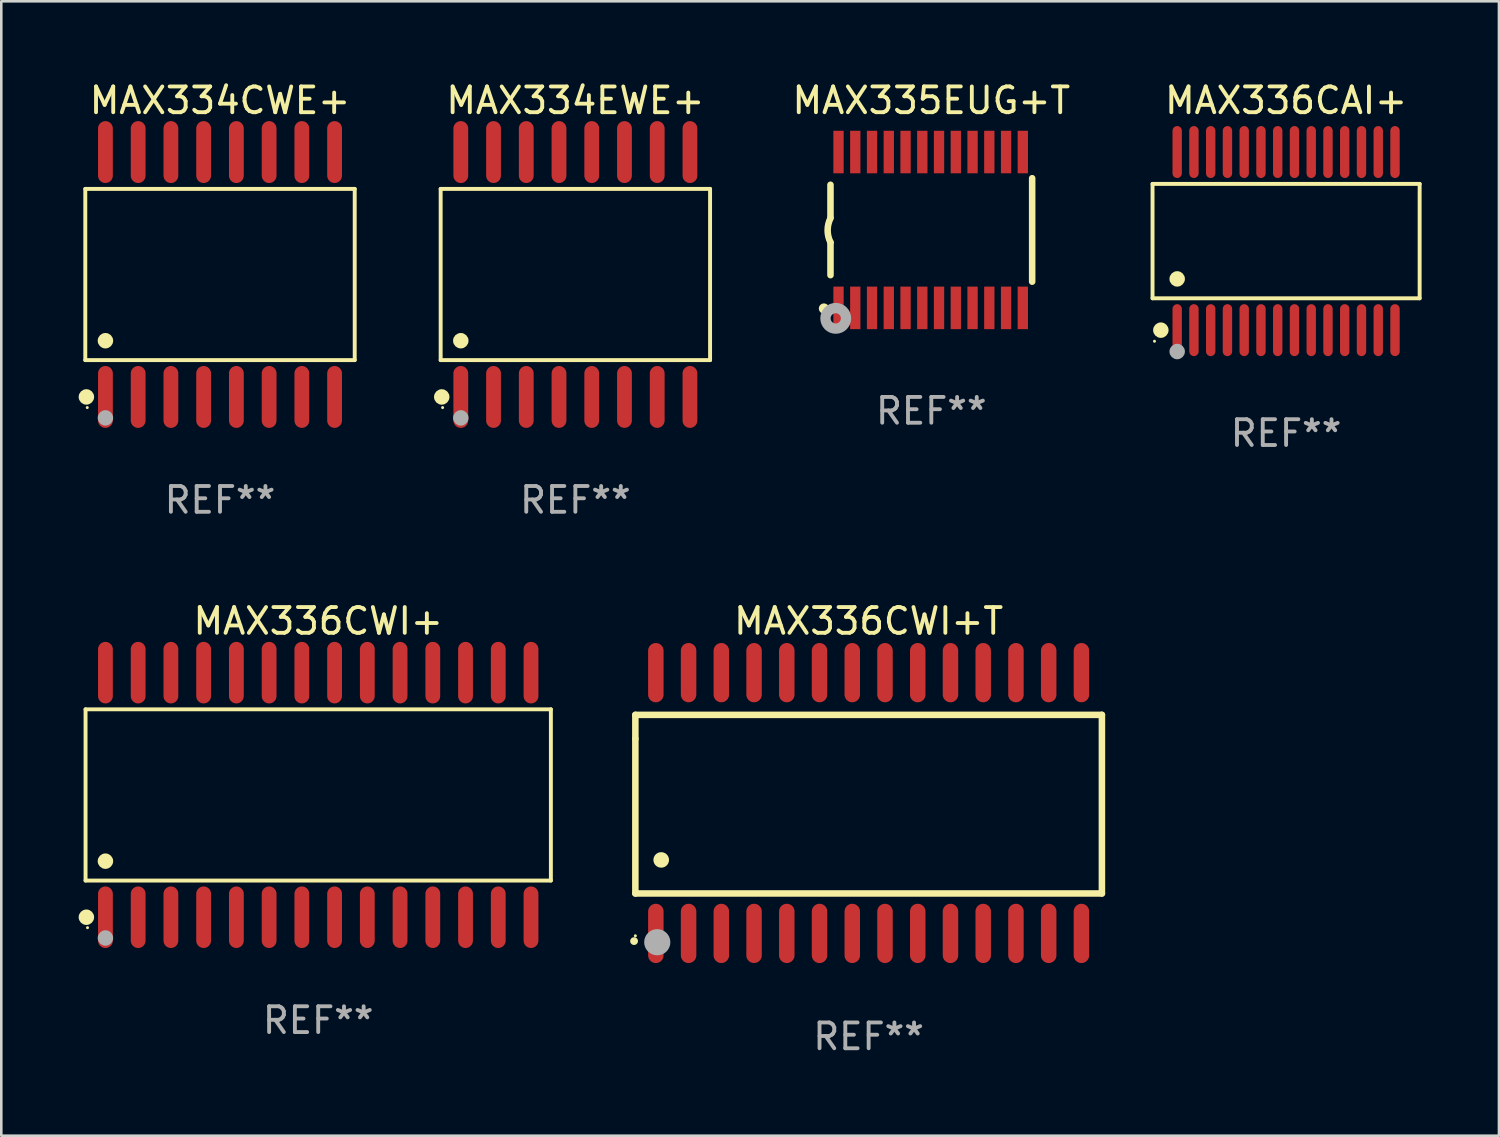
<source format=kicad_pcb>
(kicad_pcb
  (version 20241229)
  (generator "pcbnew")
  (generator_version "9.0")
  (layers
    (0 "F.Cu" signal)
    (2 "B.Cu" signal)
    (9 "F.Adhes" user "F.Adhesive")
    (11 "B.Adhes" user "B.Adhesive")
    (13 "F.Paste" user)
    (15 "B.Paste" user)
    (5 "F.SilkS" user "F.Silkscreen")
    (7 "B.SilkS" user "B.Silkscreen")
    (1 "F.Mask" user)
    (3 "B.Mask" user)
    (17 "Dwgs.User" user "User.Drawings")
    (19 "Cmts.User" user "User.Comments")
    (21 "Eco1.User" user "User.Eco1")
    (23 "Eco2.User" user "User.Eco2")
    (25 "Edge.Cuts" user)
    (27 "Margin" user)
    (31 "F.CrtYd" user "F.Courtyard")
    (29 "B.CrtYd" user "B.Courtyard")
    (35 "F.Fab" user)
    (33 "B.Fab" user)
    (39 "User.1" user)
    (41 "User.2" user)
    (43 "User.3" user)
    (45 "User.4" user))
  (footprint "MAX336CWI+"
    (layer "F.Cu")
    (at 9.295 27.789)
    (property "Reference" "MAX336CWI+" (at 0 -6.744 0) (layer "F.SilkS") (effects (font (size 1 1) (thickness 0.15))))
    (attr through_hole)
    (fp_line (start -9.026 -3.321) (end 9.026 -3.321) (stroke (width 0.152) (type solid)) (layer "F.SilkS"))
    (fp_line (start -9.026 3.321) (end -9.026 -3.321) (stroke (width 0.152) (type solid)) (layer "F.SilkS"))
    (fp_line (start 9.026 -3.321) (end 9.026 3.321) (stroke (width 0.152) (type solid)) (layer "F.SilkS"))
    (fp_line (start 9.026 3.321) (end -9.026 3.321) (stroke (width 0.152) (type solid)) (layer "F.SilkS"))
    (fp_circle (center -8.994 4.744) (end -8.844 4.744) (stroke (width 0.3) (type solid)) (fill no) (layer "F.SilkS"))
    (fp_circle (center -8.95 5.15) (end -8.92 5.15) (stroke (width 0.06) (type solid)) (fill no) (layer "F.SilkS"))
    (fp_circle (center -8.255 2.569) (end -8.105 2.569) (stroke (width 0.3) (type solid)) (fill no) (layer "F.SilkS"))
    (fp_circle (center -8.255 5.55) (end -8.105 5.55) (stroke (width 0.3) (type solid)) (fill no) (layer "F.Fab"))
    (fp_text user "REF**" (at 0 8.744 0) (layer "F.Fab") (effects (font (size 1 1) (thickness 0.15))))
    (pad "1" smd oval (at -8.255 4.744) (size 0.574 2.388) (layers "F.Cu" "F.Mask" "F.Paste"))
    (pad "2" smd oval (at -6.985 4.744) (size 0.574 2.388) (layers "F.Cu" "F.Mask" "F.Paste"))
    (pad "3" smd oval (at -5.715 4.744) (size 0.574 2.388) (layers "F.Cu" "F.Mask" "F.Paste"))
    (pad "4" smd oval (at -4.445 4.744) (size 0.574 2.388) (layers "F.Cu" "F.Mask" "F.Paste"))
    (pad "5" smd oval (at -3.175 4.744) (size 0.574 2.388) (layers "F.Cu" "F.Mask" "F.Paste"))
    (pad "6" smd oval (at -1.905 4.744) (size 0.574 2.388) (layers "F.Cu" "F.Mask" "F.Paste"))
    (pad "7" smd oval (at -0.635 4.744) (size 0.574 2.388) (layers "F.Cu" "F.Mask" "F.Paste"))
    (pad "8" smd oval (at 0.635 4.744) (size 0.574 2.388) (layers "F.Cu" "F.Mask" "F.Paste"))
    (pad "9" smd oval (at 1.905 4.744) (size 0.574 2.388) (layers "F.Cu" "F.Mask" "F.Paste"))
    (pad "10" smd oval (at 3.175 4.744) (size 0.574 2.388) (layers "F.Cu" "F.Mask" "F.Paste"))
    (pad "11" smd oval (at 4.445 4.744) (size 0.574 2.388) (layers "F.Cu" "F.Mask" "F.Paste"))
    (pad "12" smd oval (at 5.715 4.744) (size 0.574 2.388) (layers "F.Cu" "F.Mask" "F.Paste"))
    (pad "13" smd oval (at 6.985 4.744) (size 0.574 2.388) (layers "F.Cu" "F.Mask" "F.Paste"))
    (pad "14" smd oval (at 8.255 4.744) (size 0.574 2.388) (layers "F.Cu" "F.Mask" "F.Paste"))
    (pad "15" smd oval (at 8.255 -4.744) (size 0.574 2.388) (layers "F.Cu" "F.Mask" "F.Paste"))
    (pad "16" smd oval (at 6.985 -4.744) (size 0.574 2.388) (layers "F.Cu" "F.Mask" "F.Paste"))
    (pad "17" smd oval (at 5.715 -4.744) (size 0.574 2.388) (layers "F.Cu" "F.Mask" "F.Paste"))
    (pad "18" smd oval (at 4.445 -4.744) (size 0.574 2.388) (layers "F.Cu" "F.Mask" "F.Paste"))
    (pad "19" smd oval (at 3.175 -4.744) (size 0.574 2.388) (layers "F.Cu" "F.Mask" "F.Paste"))
    (pad "20" smd oval (at 1.905 -4.744) (size 0.574 2.388) (layers "F.Cu" "F.Mask" "F.Paste"))
    (pad "21" smd oval (at 0.635 -4.744) (size 0.574 2.388) (layers "F.Cu" "F.Mask" "F.Paste"))
    (pad "22" smd oval (at -0.635 -4.744) (size 0.574 2.388) (layers "F.Cu" "F.Mask" "F.Paste"))
    (pad "23" smd oval (at -1.905 -4.744) (size 0.574 2.388) (layers "F.Cu" "F.Mask" "F.Paste"))
    (pad "24" smd oval (at -3.175 -4.744) (size 0.574 2.388) (layers "F.Cu" "F.Mask" "F.Paste"))
    (pad "25" smd oval (at -4.445 -4.744) (size 0.574 2.388) (layers "F.Cu" "F.Mask" "F.Paste"))
    (pad "26" smd oval (at -5.715 -4.744) (size 0.574 2.388) (layers "F.Cu" "F.Mask" "F.Paste"))
    (pad "27" smd oval (at -6.985 -4.744) (size 0.574 2.388) (layers "F.Cu" "F.Mask" "F.Paste"))
    (pad "28" smd oval (at -8.255 -4.744) (size 0.574 2.388) (layers "F.Cu" "F.Mask" "F.Paste")))
  (footprint "MAX335EUG+T"
    (layer "F.Cu")
    (at 33.08 5.871)
    (property "Reference" "MAX335EUG+T" (at 0 -5.023 0) (layer "F.SilkS") (effects (font (size 1 1) (thickness 0.15))))
    (attr through_hole)
    (fp_line (start -3.912 -0.483) (end -3.912 -1.753) (stroke (width 0.254) (type solid)) (layer "F.SilkS"))
    (fp_line (start -3.912 1.753) (end -3.912 0.483) (stroke (width 0.254) (type solid)) (layer "F.SilkS"))
    (fp_line (start 3.912 -2.007) (end 3.912 2.007) (stroke (width 0.254) (type solid)) (layer "F.SilkS"))
    (fp_arc (start -3.911608 0.482601) (mid -4.022537 0.0127) (end -3.911608 -0.457201) (stroke (width 0.254001) (type solid)) (layer "F.SilkS"))
    (fp_circle (center -4.166 3.048) (end -4.066 3.048) (stroke (width 0.2) (type solid)) (fill no) (layer "F.SilkS"))
    (fp_circle (center -3.925 3.186) (end -3.895 3.186) (stroke (width 0.06) (type solid)) (fill no) (layer "F.SilkS"))
    (fp_circle (center -3.708 3.429) (end -3.509 3.429) (stroke (width 0.4) (type solid)) (fill no) (layer "F.Fab"))
    (fp_text user "REF**" (at 0 7.023 0) (layer "F.Fab") (effects (font (size 1 1) (thickness 0.15))))
    (pad "1" smd rect (at -3.6 3.023) (size 0.4 1.65) (layers "F.Cu" "F.Mask" "F.Paste"))
    (pad "2" smd rect (at -2.95 3.023) (size 0.4 1.65) (layers "F.Cu" "F.Mask" "F.Paste"))
    (pad "3" smd rect (at -2.3 3.023) (size 0.4 1.65) (layers "F.Cu" "F.Mask" "F.Paste"))
    (pad "4" smd rect (at -1.65 3.023) (size 0.4 1.65) (layers "F.Cu" "F.Mask" "F.Paste"))
    (pad "5" smd rect (at -1 3.023) (size 0.4 1.65) (layers "F.Cu" "F.Mask" "F.Paste"))
    (pad "6" smd rect (at -0.35 3.023) (size 0.4 1.65) (layers "F.Cu" "F.Mask" "F.Paste"))
    (pad "7" smd rect (at 0.299 3.023) (size 0.4 1.65) (layers "F.Cu" "F.Mask" "F.Paste"))
    (pad "8" smd rect (at 0.95 3.023) (size 0.4 1.65) (layers "F.Cu" "F.Mask" "F.Paste"))
    (pad "9" smd rect (at 1.6 3.023) (size 0.4 1.65) (layers "F.Cu" "F.Mask" "F.Paste"))
    (pad "10" smd rect (at 2.25 3.023) (size 0.4 1.65) (layers "F.Cu" "F.Mask" "F.Paste"))
    (pad "11" smd rect (at 2.9 3.023) (size 0.4 1.65) (layers "F.Cu" "F.Mask" "F.Paste"))
    (pad "12" smd rect (at 3.549 3.023) (size 0.4 1.65) (layers "F.Cu" "F.Mask" "F.Paste"))
    (pad "13" smd rect (at 3.549 -3.023) (size 0.4 1.65) (layers "F.Cu" "F.Mask" "F.Paste"))
    (pad "14" smd rect (at 2.9 -3.023) (size 0.4 1.65) (layers "F.Cu" "F.Mask" "F.Paste"))
    (pad "15" smd rect (at 2.25 -3.023) (size 0.4 1.65) (layers "F.Cu" "F.Mask" "F.Paste"))
    (pad "16" smd rect (at 1.6 -3.023) (size 0.4 1.65) (layers "F.Cu" "F.Mask" "F.Paste"))
    (pad "17" smd rect (at 0.95 -3.023) (size 0.4 1.65) (layers "F.Cu" "F.Mask" "F.Paste"))
    (pad "18" smd rect (at 0.299 -3.023) (size 0.4 1.65) (layers "F.Cu" "F.Mask" "F.Paste"))
    (pad "19" smd rect (at -0.35 -3.023) (size 0.4 1.65) (layers "F.Cu" "F.Mask" "F.Paste"))
    (pad "20" smd rect (at -1 -3.023) (size 0.4 1.65) (layers "F.Cu" "F.Mask" "F.Paste"))
    (pad "21" smd rect (at -1.65 -3.023) (size 0.4 1.65) (layers "F.Cu" "F.Mask" "F.Paste"))
    (pad "22" smd rect (at -2.3 -3.023) (size 0.4 1.65) (layers "F.Cu" "F.Mask" "F.Paste"))
    (pad "23" smd rect (at -2.95 -3.023) (size 0.4 1.65) (layers "F.Cu" "F.Mask" "F.Paste"))
    (pad "24" smd rect (at -3.6 -3.023) (size 0.4 1.65) (layers "F.Cu" "F.Mask" "F.Paste")))
  (footprint "MAX336CWI+T"
    (layer "F.Cu")
    (at 30.648 28.103)
    (property "Reference" "MAX336CWI+T" (at 0 -7.058 0) (layer "F.SilkS") (effects (font (size 1 1) (thickness 0.15))))
    (attr through_hole)
    (fp_line (start -9.05 -3.42) (end 9.05 -3.42) (stroke (width 0.254) (type solid)) (layer "F.SilkS"))
    (fp_line (start -9.05 -2.492) (end -9.05 -3.42) (stroke (width 0.254) (type solid)) (layer "F.SilkS"))
    (fp_line (start -9.05 3.508) (end -9.05 -2.492) (stroke (width 0.254) (type solid)) (layer "F.SilkS"))
    (fp_line (start 9.05 -3.42) (end 9.05 3.508) (stroke (width 0.254) (type solid)) (layer "F.SilkS"))
    (fp_line (start 9.05 3.508) (end -9.05 3.508) (stroke (width 0.254) (type solid)) (layer "F.SilkS"))
    (fp_arc (start -9.100838 5.35649) (mid -9.099568 5.356485) (end -9.098298 5.35649) (stroke (width 0.3) (type solid)) (layer "F.SilkS"))
    (fp_arc (start -8.049276 2.206883) (mid -8.046736 2.206872) (end -8.044196 2.206883) (stroke (width 0.6) (type solid)) (layer "F.SilkS"))
    (fp_circle (center -9.05 5.15) (end -9.02 5.15) (stroke (width 0.06) (type solid)) (fill no) (layer "F.SilkS"))
    (fp_circle (center -8.2 5.4) (end -7.946 5.4) (stroke (width 0.508) (type solid)) (fill no) (layer "F.Fab"))
    (fp_text user "REF**" (at 0 9.058 0) (layer "F.Fab") (effects (font (size 1 1) (thickness 0.15))))
    (pad "1" smd oval (at -8.255 5.058 180) (size 0.6 2.3) (layers "F.Cu" "F.Mask" "F.Paste"))
    (pad "2" smd oval (at -6.985 5.058 180) (size 0.6 2.3) (layers "F.Cu" "F.Mask" "F.Paste"))
    (pad "3" smd oval (at -5.715 5.058 180) (size 0.6 2.3) (layers "F.Cu" "F.Mask" "F.Paste"))
    (pad "4" smd oval (at -4.445 5.058 180) (size 0.6 2.3) (layers "F.Cu" "F.Mask" "F.Paste"))
    (pad "5" smd oval (at -3.175 5.058 180) (size 0.6 2.3) (layers "F.Cu" "F.Mask" "F.Paste"))
    (pad "6" smd oval (at -1.905 5.058 180) (size 0.6 2.3) (layers "F.Cu" "F.Mask" "F.Paste"))
    (pad "7" smd oval (at -0.635 5.058 180) (size 0.6 2.3) (layers "F.Cu" "F.Mask" "F.Paste"))
    (pad "8" smd oval (at 0.635 5.058 180) (size 0.6 2.3) (layers "F.Cu" "F.Mask" "F.Paste"))
    (pad "9" smd oval (at 1.905 5.058 180) (size 0.6 2.3) (layers "F.Cu" "F.Mask" "F.Paste"))
    (pad "10" smd oval (at 3.175 5.058 180) (size 0.6 2.3) (layers "F.Cu" "F.Mask" "F.Paste"))
    (pad "11" smd oval (at 4.445 5.058 180) (size 0.6 2.3) (layers "F.Cu" "F.Mask" "F.Paste"))
    (pad "12" smd oval (at 5.715 5.058 180) (size 0.6 2.3) (layers "F.Cu" "F.Mask" "F.Paste"))
    (pad "13" smd oval (at 6.985 5.058 180) (size 0.6 2.3) (layers "F.Cu" "F.Mask" "F.Paste"))
    (pad "14" smd oval (at 8.255 5.058 180) (size 0.6 2.3) (layers "F.Cu" "F.Mask" "F.Paste"))
    (pad "15" smd oval (at 8.255 -5.058 180) (size 0.6 2.3) (layers "F.Cu" "F.Mask" "F.Paste"))
    (pad "16" smd oval (at 6.985 -5.058 180) (size 0.6 2.3) (layers "F.Cu" "F.Mask" "F.Paste"))
    (pad "17" smd oval (at 5.715 -5.058 180) (size 0.6 2.3) (layers "F.Cu" "F.Mask" "F.Paste"))
    (pad "18" smd oval (at 4.445 -5.058 180) (size 0.6 2.3) (layers "F.Cu" "F.Mask" "F.Paste"))
    (pad "19" smd oval (at 3.175 -5.058 180) (size 0.6 2.3) (layers "F.Cu" "F.Mask" "F.Paste"))
    (pad "20" smd oval (at 1.905 -5.058 180) (size 0.6 2.3) (layers "F.Cu" "F.Mask" "F.Paste"))
    (pad "21" smd oval (at 0.635 -5.058 180) (size 0.6 2.3) (layers "F.Cu" "F.Mask" "F.Paste"))
    (pad "22" smd oval (at -0.635 -5.058 180) (size 0.6 2.3) (layers "F.Cu" "F.Mask" "F.Paste"))
    (pad "23" smd oval (at -1.905 -5.058 180) (size 0.6 2.3) (layers "F.Cu" "F.Mask" "F.Paste"))
    (pad "24" smd oval (at -3.175 -5.058 180) (size 0.6 2.3) (layers "F.Cu" "F.Mask" "F.Paste"))
    (pad "25" smd oval (at -4.445 -5.058 180) (size 0.6 2.3) (layers "F.Cu" "F.Mask" "F.Paste"))
    (pad "26" smd oval (at -5.715 -5.058 180) (size 0.6 2.3) (layers "F.Cu" "F.Mask" "F.Paste"))
    (pad "27" smd oval (at -6.985 -5.058 180) (size 0.6 2.3) (layers "F.Cu" "F.Mask" "F.Paste"))
    (pad "28" smd oval (at -8.255 -5.058 180) (size 0.6 2.3) (layers "F.Cu" "F.Mask" "F.Paste")))
  (footprint "MAX334CWE+"
    (layer "F.Cu")
    (at 5.485 7.599)
    (property "Reference" "MAX334CWE+" (at 0 -6.75 0) (layer "F.SilkS") (effects (font (size 1 1) (thickness 0.15))))
    (attr through_hole)
    (fp_line (start -5.226 -3.321) (end 5.226 -3.321) (stroke (width 0.152) (type solid)) (layer "F.SilkS"))
    (fp_line (start -5.226 3.321) (end -5.226 -3.321) (stroke (width 0.152) (type solid)) (layer "F.SilkS"))
    (fp_line (start 5.226 -3.321) (end 5.226 3.321) (stroke (width 0.152) (type solid)) (layer "F.SilkS"))
    (fp_line (start 5.226 3.321) (end -5.226 3.321) (stroke (width 0.152) (type solid)) (layer "F.SilkS"))
    (fp_circle (center -5.184 4.75) (end -5.034 4.75) (stroke (width 0.3) (type solid)) (fill no) (layer "F.SilkS"))
    (fp_circle (center -5.15 5.163) (end -5.12 5.163) (stroke (width 0.06) (type solid)) (fill no) (layer "F.SilkS"))
    (fp_circle (center -4.445 2.569) (end -4.295 2.569) (stroke (width 0.3) (type solid)) (fill no) (layer "F.SilkS"))
    (fp_circle (center -4.445 5.563) (end -4.295 5.563) (stroke (width 0.3) (type solid)) (fill no) (layer "F.Fab"))
    (fp_text user "REF**" (at 0 8.75 0) (layer "F.Fab") (effects (font (size 1 1) (thickness 0.15))))
    (pad "1" smd oval (at -4.445 4.75) (size 0.574 2.401) (layers "F.Cu" "F.Mask" "F.Paste"))
    (pad "2" smd oval (at -3.175 4.75) (size 0.574 2.401) (layers "F.Cu" "F.Mask" "F.Paste"))
    (pad "3" smd oval (at -1.905 4.75) (size 0.574 2.401) (layers "F.Cu" "F.Mask" "F.Paste"))
    (pad "4" smd oval (at -0.635 4.75) (size 0.574 2.401) (layers "F.Cu" "F.Mask" "F.Paste"))
    (pad "5" smd oval (at 0.635 4.75) (size 0.574 2.401) (layers "F.Cu" "F.Mask" "F.Paste"))
    (pad "6" smd oval (at 1.905 4.75) (size 0.574 2.401) (layers "F.Cu" "F.Mask" "F.Paste"))
    (pad "7" smd oval (at 3.175 4.75) (size 0.574 2.401) (layers "F.Cu" "F.Mask" "F.Paste"))
    (pad "8" smd oval (at 4.445 4.75) (size 0.574 2.401) (layers "F.Cu" "F.Mask" "F.Paste"))
    (pad "9" smd oval (at 4.445 -4.75) (size 0.574 2.401) (layers "F.Cu" "F.Mask" "F.Paste"))
    (pad "10" smd oval (at 3.175 -4.75) (size 0.574 2.401) (layers "F.Cu" "F.Mask" "F.Paste"))
    (pad "11" smd oval (at 1.905 -4.75) (size 0.574 2.401) (layers "F.Cu" "F.Mask" "F.Paste"))
    (pad "12" smd oval (at 0.635 -4.75) (size 0.574 2.401) (layers "F.Cu" "F.Mask" "F.Paste"))
    (pad "13" smd oval (at -0.635 -4.75) (size 0.574 2.401) (layers "F.Cu" "F.Mask" "F.Paste"))
    (pad "14" smd oval (at -1.905 -4.75) (size 0.574 2.401) (layers "F.Cu" "F.Mask" "F.Paste"))
    (pad "15" smd oval (at -3.175 -4.75) (size 0.574 2.401) (layers "F.Cu" "F.Mask" "F.Paste"))
    (pad "16" smd oval (at -4.445 -4.75) (size 0.574 2.401) (layers "F.Cu" "F.Mask" "F.Paste")))
  (footprint "MAX336CAI+"
    (layer "F.Cu")
    (at 46.843 6.303)
    (property "Reference" "MAX336CAI+" (at 0 -5.455 0) (layer "F.SilkS") (effects (font (size 1 1) (thickness 0.15))))
    (attr through_hole)
    (fp_line (start -5.181 -2.219) (end 5.181 -2.219) (stroke (width 0.152) (type solid)) (layer "F.SilkS"))
    (fp_line (start -5.181 2.219) (end -5.181 -2.219) (stroke (width 0.152) (type solid)) (layer "F.SilkS"))
    (fp_line (start 5.181 -2.219) (end 5.181 2.219) (stroke (width 0.152) (type solid)) (layer "F.SilkS"))
    (fp_line (start 5.181 2.219) (end -5.181 2.219) (stroke (width 0.152) (type solid)) (layer "F.SilkS"))
    (fp_circle (center -5.105 3.885) (end -5.075 3.885) (stroke (width 0.06) (type solid)) (fill no) (layer "F.SilkS"))
    (fp_circle (center -4.859 3.455) (end -4.709 3.455) (stroke (width 0.3) (type solid)) (fill no) (layer "F.SilkS"))
    (fp_circle (center -4.225 1.467) (end -4.075 1.467) (stroke (width 0.3) (type solid)) (fill no) (layer "F.SilkS"))
    (fp_circle (center -4.225 4.285) (end -4.075 4.285) (stroke (width 0.3) (type solid)) (fill no) (layer "F.Fab"))
    (fp_text user "REF**" (at 0 7.455 0) (layer "F.Fab") (effects (font (size 1 1) (thickness 0.15))))
    (pad "1" smd oval (at -4.225 3.455) (size 0.364 2.015) (layers "F.Cu" "F.Mask" "F.Paste"))
    (pad "2" smd oval (at -3.575 3.455) (size 0.364 2.015) (layers "F.Cu" "F.Mask" "F.Paste"))
    (pad "3" smd oval (at -2.925 3.455) (size 0.364 2.015) (layers "F.Cu" "F.Mask" "F.Paste"))
    (pad "4" smd oval (at -2.275 3.455) (size 0.364 2.015) (layers "F.Cu" "F.Mask" "F.Paste"))
    (pad "5" smd oval (at -1.625 3.455) (size 0.364 2.015) (layers "F.Cu" "F.Mask" "F.Paste"))
    (pad "6" smd oval (at -0.975 3.455) (size 0.364 2.015) (layers "F.Cu" "F.Mask" "F.Paste"))
    (pad "7" smd oval (at -0.325 3.455) (size 0.364 2.015) (layers "F.Cu" "F.Mask" "F.Paste"))
    (pad "8" smd oval (at 0.325 3.455) (size 0.364 2.015) (layers "F.Cu" "F.Mask" "F.Paste"))
    (pad "9" smd oval (at 0.975 3.455) (size 0.364 2.015) (layers "F.Cu" "F.Mask" "F.Paste"))
    (pad "10" smd oval (at 1.625 3.455) (size 0.364 2.015) (layers "F.Cu" "F.Mask" "F.Paste"))
    (pad "11" smd oval (at 2.275 3.455) (size 0.364 2.015) (layers "F.Cu" "F.Mask" "F.Paste"))
    (pad "12" smd oval (at 2.925 3.455) (size 0.364 2.015) (layers "F.Cu" "F.Mask" "F.Paste"))
    (pad "13" smd oval (at 3.575 3.455) (size 0.364 2.015) (layers "F.Cu" "F.Mask" "F.Paste"))
    (pad "14" smd oval (at 4.225 3.455) (size 0.364 2.015) (layers "F.Cu" "F.Mask" "F.Paste"))
    (pad "15" smd oval (at 4.225 -3.455) (size 0.364 2.015) (layers "F.Cu" "F.Mask" "F.Paste"))
    (pad "16" smd oval (at 3.575 -3.455) (size 0.364 2.015) (layers "F.Cu" "F.Mask" "F.Paste"))
    (pad "17" smd oval (at 2.925 -3.455) (size 0.364 2.015) (layers "F.Cu" "F.Mask" "F.Paste"))
    (pad "18" smd oval (at 2.275 -3.455) (size 0.364 2.015) (layers "F.Cu" "F.Mask" "F.Paste"))
    (pad "19" smd oval (at 1.625 -3.455) (size 0.364 2.015) (layers "F.Cu" "F.Mask" "F.Paste"))
    (pad "20" smd oval (at 0.975 -3.455) (size 0.364 2.015) (layers "F.Cu" "F.Mask" "F.Paste"))
    (pad "21" smd oval (at 0.325 -3.455) (size 0.364 2.015) (layers "F.Cu" "F.Mask" "F.Paste"))
    (pad "22" smd oval (at -0.325 -3.455) (size 0.364 2.015) (layers "F.Cu" "F.Mask" "F.Paste"))
    (pad "23" smd oval (at -0.975 -3.455) (size 0.364 2.015) (layers "F.Cu" "F.Mask" "F.Paste"))
    (pad "24" smd oval (at -1.625 -3.455) (size 0.364 2.015) (layers "F.Cu" "F.Mask" "F.Paste"))
    (pad "25" smd oval (at -2.275 -3.455) (size 0.364 2.015) (layers "F.Cu" "F.Mask" "F.Paste"))
    (pad "26" smd oval (at -2.925 -3.455) (size 0.364 2.015) (layers "F.Cu" "F.Mask" "F.Paste"))
    (pad "27" smd oval (at -3.575 -3.455) (size 0.364 2.015) (layers "F.Cu" "F.Mask" "F.Paste"))
    (pad "28" smd oval (at -4.225 -3.455) (size 0.364 2.015) (layers "F.Cu" "F.Mask" "F.Paste")))
  (footprint "MAX334EWE+"
    (layer "F.Cu")
    (at 19.271 7.599)
    (property "Reference" "MAX334EWE+" (at 0 -6.75 0) (layer "F.SilkS") (effects (font (size 1 1) (thickness 0.15))))
    (attr through_hole)
    (fp_line (start -5.226 -3.321) (end 5.226 -3.321) (stroke (width 0.152) (type solid)) (layer "F.SilkS"))
    (fp_line (start -5.226 3.321) (end -5.226 -3.321) (stroke (width 0.152) (type solid)) (layer "F.SilkS"))
    (fp_line (start 5.226 -3.321) (end 5.226 3.321) (stroke (width 0.152) (type solid)) (layer "F.SilkS"))
    (fp_line (start 5.226 3.321) (end -5.226 3.321) (stroke (width 0.152) (type solid)) (layer "F.SilkS"))
    (fp_circle (center -5.184 4.75) (end -5.034 4.75) (stroke (width 0.3) (type solid)) (fill no) (layer "F.SilkS"))
    (fp_circle (center -5.15 5.163) (end -5.12 5.163) (stroke (width 0.06) (type solid)) (fill no) (layer "F.SilkS"))
    (fp_circle (center -4.445 2.569) (end -4.295 2.569) (stroke (width 0.3) (type solid)) (fill no) (layer "F.SilkS"))
    (fp_circle (center -4.445 5.563) (end -4.295 5.563) (stroke (width 0.3) (type solid)) (fill no) (layer "F.Fab"))
    (fp_text user "REF**" (at 0 8.75 0) (layer "F.Fab") (effects (font (size 1 1) (thickness 0.15))))
    (pad "1" smd oval (at -4.445 4.75) (size 0.574 2.401) (layers "F.Cu" "F.Mask" "F.Paste"))
    (pad "2" smd oval (at -3.175 4.75) (size 0.574 2.401) (layers "F.Cu" "F.Mask" "F.Paste"))
    (pad "3" smd oval (at -1.905 4.75) (size 0.574 2.401) (layers "F.Cu" "F.Mask" "F.Paste"))
    (pad "4" smd oval (at -0.635 4.75) (size 0.574 2.401) (layers "F.Cu" "F.Mask" "F.Paste"))
    (pad "5" smd oval (at 0.635 4.75) (size 0.574 2.401) (layers "F.Cu" "F.Mask" "F.Paste"))
    (pad "6" smd oval (at 1.905 4.75) (size 0.574 2.401) (layers "F.Cu" "F.Mask" "F.Paste"))
    (pad "7" smd oval (at 3.175 4.75) (size 0.574 2.401) (layers "F.Cu" "F.Mask" "F.Paste"))
    (pad "8" smd oval (at 4.445 4.75) (size 0.574 2.401) (layers "F.Cu" "F.Mask" "F.Paste"))
    (pad "9" smd oval (at 4.445 -4.75) (size 0.574 2.401) (layers "F.Cu" "F.Mask" "F.Paste"))
    (pad "10" smd oval (at 3.175 -4.75) (size 0.574 2.401) (layers "F.Cu" "F.Mask" "F.Paste"))
    (pad "11" smd oval (at 1.905 -4.75) (size 0.574 2.401) (layers "F.Cu" "F.Mask" "F.Paste"))
    (pad "12" smd oval (at 0.635 -4.75) (size 0.574 2.401) (layers "F.Cu" "F.Mask" "F.Paste"))
    (pad "13" smd oval (at -0.635 -4.75) (size 0.574 2.401) (layers "F.Cu" "F.Mask" "F.Paste"))
    (pad "14" smd oval (at -1.905 -4.75) (size 0.574 2.401) (layers "F.Cu" "F.Mask" "F.Paste"))
    (pad "15" smd oval (at -3.175 -4.75) (size 0.574 2.401) (layers "F.Cu" "F.Mask" "F.Paste"))
    (pad "16" smd oval (at -4.445 -4.75) (size 0.574 2.401) (layers "F.Cu" "F.Mask" "F.Paste")))
  (gr_rect
    (start -3 -3)
    (end 55.101 41.009)
    (stroke (width 0.1) (type default))
    (fill no)
    (layer "Edge.Cuts")))
</source>
